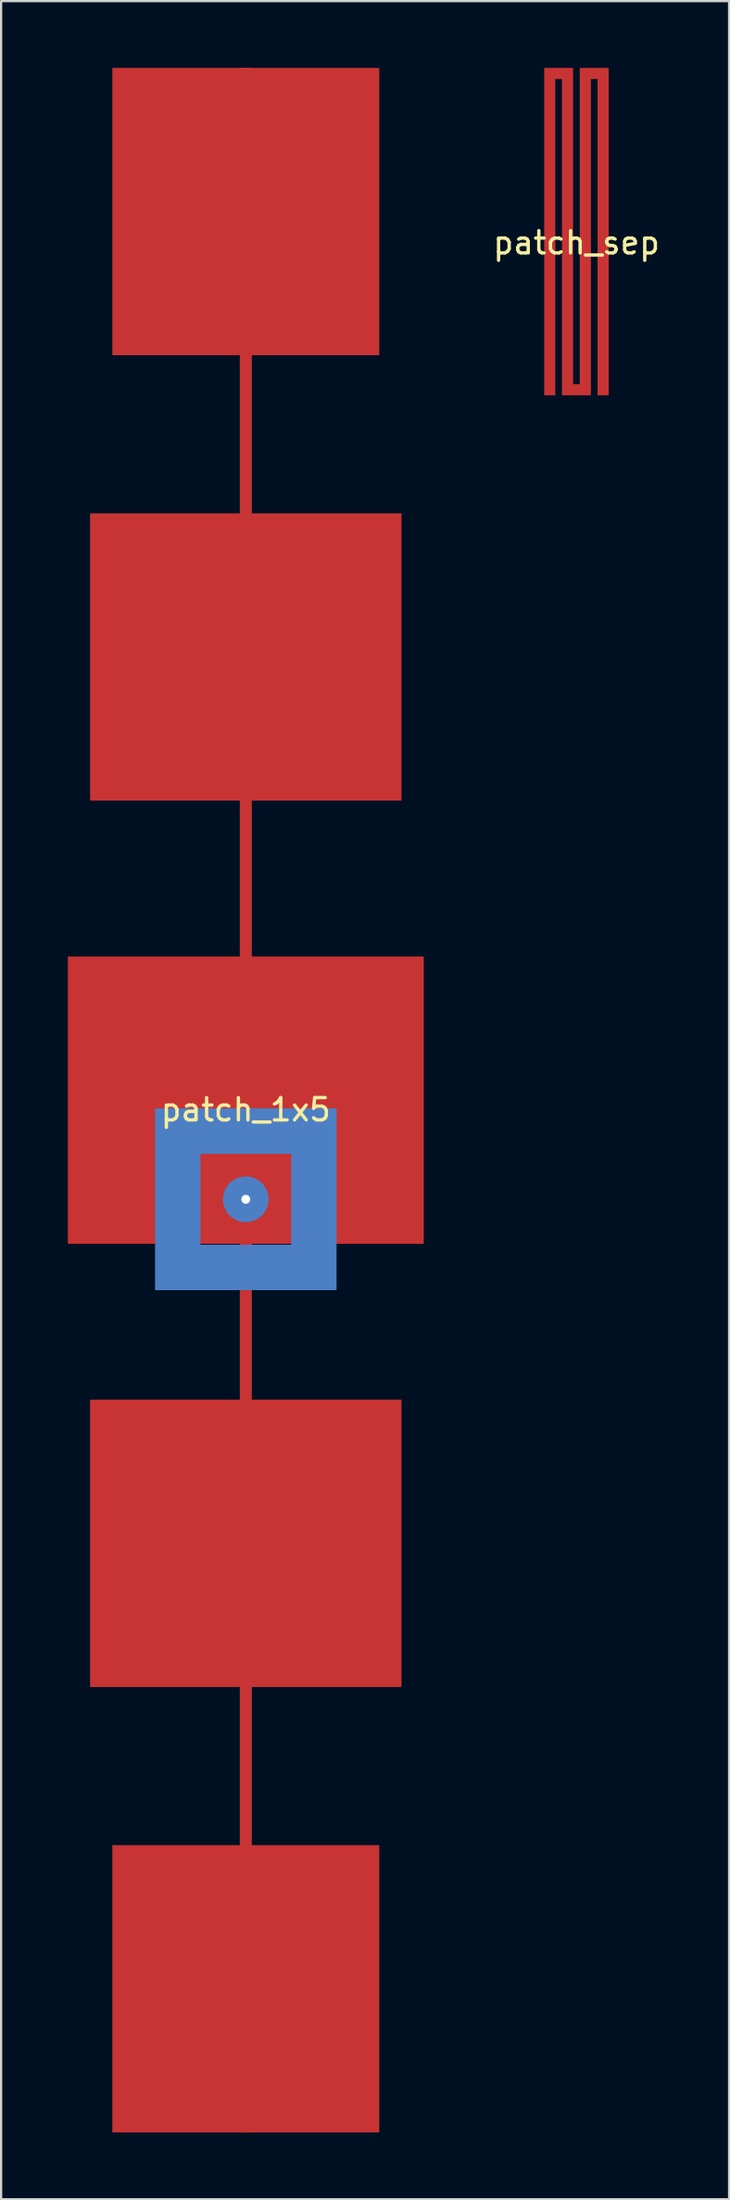
<source format=kicad_pcb>
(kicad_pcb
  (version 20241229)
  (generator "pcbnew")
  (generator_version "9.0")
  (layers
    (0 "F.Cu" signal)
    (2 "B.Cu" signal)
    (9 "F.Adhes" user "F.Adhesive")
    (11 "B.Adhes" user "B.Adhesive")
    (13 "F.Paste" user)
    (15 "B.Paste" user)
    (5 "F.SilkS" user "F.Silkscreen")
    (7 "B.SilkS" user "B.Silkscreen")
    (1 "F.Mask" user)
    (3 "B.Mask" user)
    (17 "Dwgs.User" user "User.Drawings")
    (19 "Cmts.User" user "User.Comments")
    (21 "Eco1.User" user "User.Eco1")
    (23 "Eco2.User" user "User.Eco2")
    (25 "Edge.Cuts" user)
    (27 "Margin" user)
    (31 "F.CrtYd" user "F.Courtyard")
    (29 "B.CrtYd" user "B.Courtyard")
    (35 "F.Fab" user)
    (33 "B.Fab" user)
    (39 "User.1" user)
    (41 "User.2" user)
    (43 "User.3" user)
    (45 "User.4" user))
  (footprint "patch_sep"
    (layer "F.Cu")
    (at 22.863 7.35)
    (property "Reference" "patch_sep" (at 0 0.5 0) (layer "F.SilkS") (effects (font (size 1 1) (thickness 0.15))))
    (attr through_hole)
    (fp_poly (pts (xy -1.45 7.35) (xy -1.45 -7.35) (xy -0.15 -7.35) (xy -0.15 6.85) (xy 0.15 6.85) (xy 0.15 -7.35) (xy 1.45 -7.35) (xy 1.45 7.35) (xy 0.95 7.35) (xy 0.95 -6.85) (xy 0.65 -6.85) (xy 0.65 7.35) (xy -0.65 7.35) (xy -0.65 -6.85) (xy -0.95 -6.85) (xy -0.95 7.35) (xy -1.45 7.35)) (stroke (width 0) (type solid)) (fill yes) (layer "F.Cu")))
  (footprint "patch_1x5"
    (layer "F.Cu")
    (at 8 50.8)
    (property "Reference" "patch_1x5" (at 0 -4.02 0) (layer "F.SilkS") (effects (font (size 1 1) (thickness 0.15))))
    (attr through_hole)
    (fp_poly (pts (xy -8 -10.9) (xy -8 2) (xy 8 2) (xy 8 -10.9)) (stroke (width 0) (type solid)) (fill yes) (layer "F.Cu"))
    (fp_poly (pts (xy -7 -30.8) (xy -7 -17.9) (xy 7 -17.9) (xy 7 -30.8)) (stroke (width 0) (type solid)) (fill yes) (layer "F.Cu"))
    (fp_poly (pts (xy -7 21.9) (xy -7 9) (xy 7 9) (xy 7 21.9)) (stroke (width 0) (type solid)) (fill yes) (layer "F.Cu"))
    (fp_poly (pts (xy -6 -50.8) (xy -6 -37.9) (xy 6 -37.9) (xy 6 -50.8)) (stroke (width 0) (type solid)) (fill yes) (layer "F.Cu"))
    (fp_poly (pts (xy -6 41.9) (xy -6 29) (xy 6 29) (xy 6 41.9)) (stroke (width 0) (type solid)) (fill yes) (layer "F.Cu"))
    (fp_poly (pts (xy -0.27 -50.8) (xy -0.27 41.9) (xy 0.27 41.9) (xy 0.27 -50.8)) (stroke (width 0) (type solid)) (fill yes) (layer "F.Cu"))
    (pad "1" thru_hole circle (at 0 0) (size 2.05 2.05) (drill 0.4) (layers "*.Cu" "B.Mask"))
    (pad "2" smd custom (at 0.01 -3.08) (size 1.524 1.524) (layers "B.Cu" "B.Mask" "B.Paste") (options (anchor circle)) (primitives (gr_poly (pts (xy -4.09 -1) (xy -4.09 7.16) (xy -2.05 5.12) (xy -2.05 1.04)) (width 0) (fill yes)) (gr_poly (pts (xy -4.09 7.16) (xy 4.07 7.16) (xy 2.03 5.12) (xy -2.05 5.12)) (width 0) (fill yes)) (gr_poly (pts (xy 4.07 7.16) (xy 4.07 -1) (xy 2.03 1.04) (xy 2.03 5.12)) (width 0) (fill yes)) (gr_poly (pts (xy 4.07 -1) (xy -4.09 -1) (xy -2.05 1.04) (xy 2.03 1.04)) (width 0) (fill yes)))))
  (gr_rect
    (start -3 -3)
    (end 29.726 95.7)
    (stroke (width 0.1) (type default))
    (fill no)
    (layer "Edge.Cuts")))
</source>
